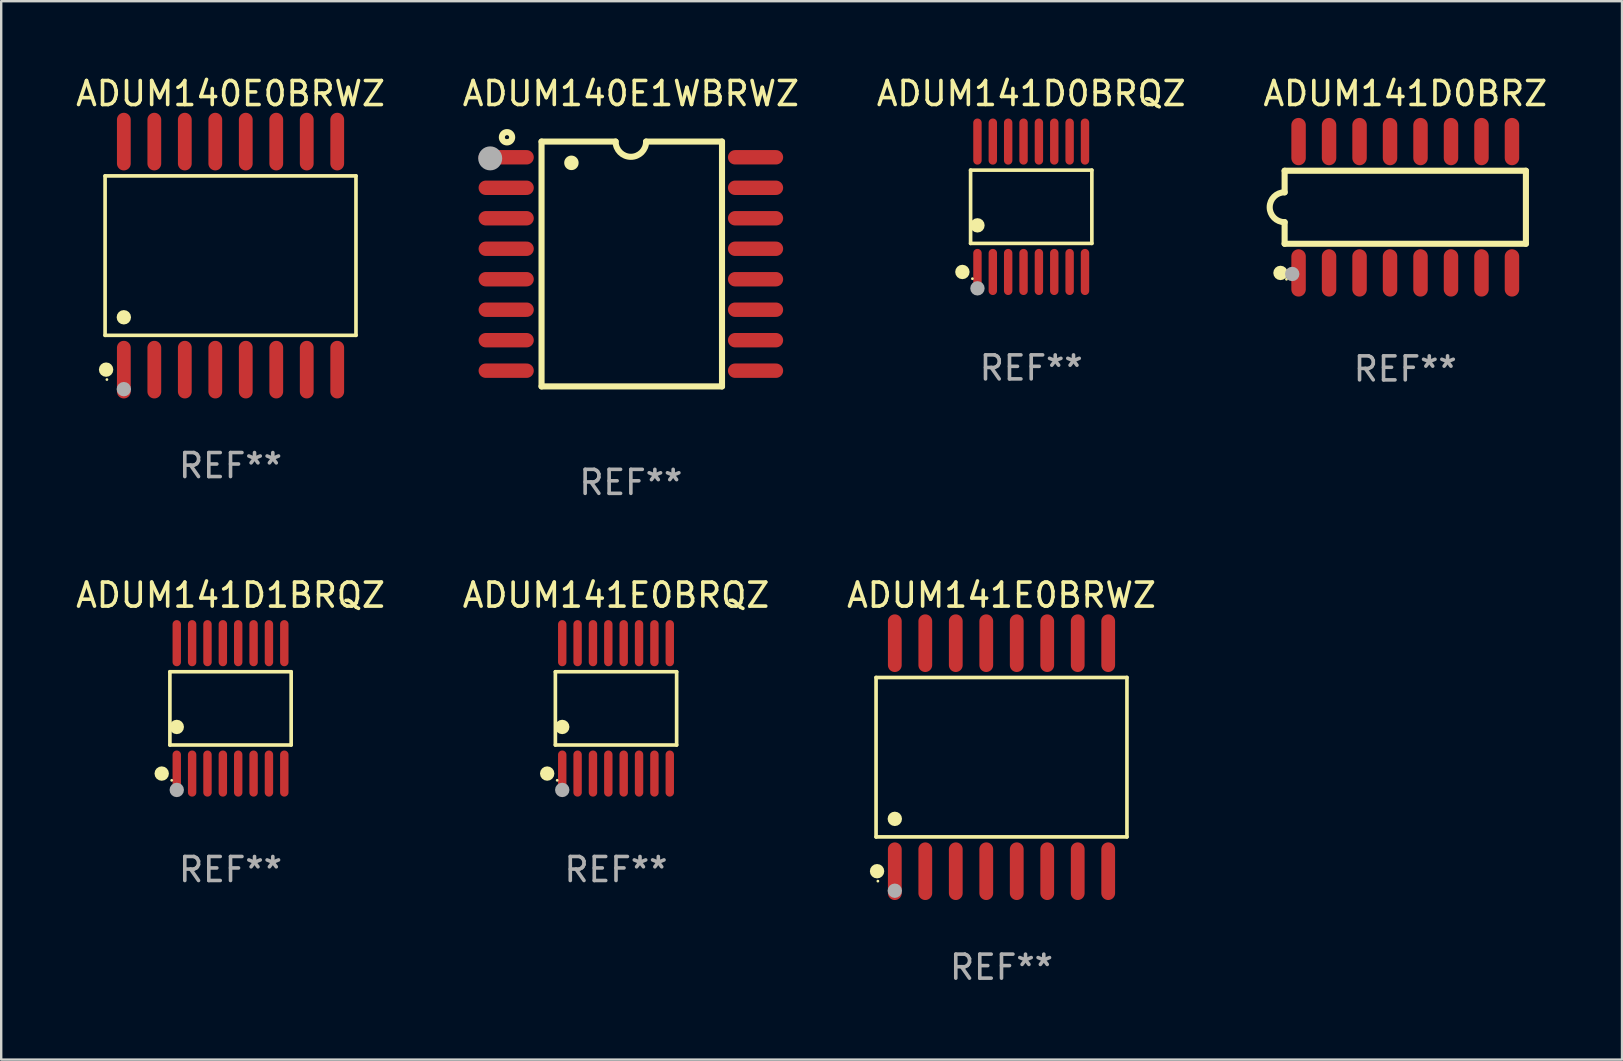
<source format=kicad_pcb>
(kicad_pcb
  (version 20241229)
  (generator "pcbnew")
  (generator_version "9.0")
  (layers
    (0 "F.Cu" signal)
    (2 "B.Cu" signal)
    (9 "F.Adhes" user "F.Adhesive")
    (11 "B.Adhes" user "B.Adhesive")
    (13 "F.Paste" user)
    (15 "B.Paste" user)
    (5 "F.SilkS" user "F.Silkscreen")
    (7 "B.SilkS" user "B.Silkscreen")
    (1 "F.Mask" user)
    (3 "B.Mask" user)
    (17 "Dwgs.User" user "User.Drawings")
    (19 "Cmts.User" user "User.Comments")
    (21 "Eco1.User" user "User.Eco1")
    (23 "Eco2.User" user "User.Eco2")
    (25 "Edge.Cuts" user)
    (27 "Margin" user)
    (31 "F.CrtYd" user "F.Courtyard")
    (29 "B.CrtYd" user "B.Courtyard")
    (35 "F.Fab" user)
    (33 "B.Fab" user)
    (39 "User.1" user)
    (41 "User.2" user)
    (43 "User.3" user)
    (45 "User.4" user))
  (footprint "ADUM141E0BRQZ"
    (layer "F.Cu")
    (at 22.613 26.461)
    (property "Reference" "ADUM141E0BRQZ" (at 0 -4.716 0) (layer "F.SilkS") (effects (font (size 1 1) (thickness 0.15))))
    (attr through_hole)
    (fp_line (start -2.526 -1.526) (end 2.526 -1.526) (stroke (width 0.152) (type solid)) (layer "F.SilkS"))
    (fp_line (start -2.526 1.526) (end -2.526 -1.526) (stroke (width 0.152) (type solid)) (layer "F.SilkS"))
    (fp_line (start 2.526 -1.526) (end 2.526 1.526) (stroke (width 0.152) (type solid)) (layer "F.SilkS"))
    (fp_line (start 2.526 1.526) (end -2.526 1.526) (stroke (width 0.152) (type solid)) (layer "F.SilkS"))
    (fp_circle (center -2.867 2.716) (end -2.717 2.716) (stroke (width 0.3) (type solid)) (fill no) (layer "F.SilkS"))
    (fp_circle (center -2.45 2.997) (end -2.42 2.997) (stroke (width 0.06) (type solid)) (fill no) (layer "F.SilkS"))
    (fp_circle (center -2.24 0.774) (end -2.09 0.774) (stroke (width 0.3) (type solid)) (fill no) (layer "F.SilkS"))
    (fp_circle (center -2.24 3.398) (end -2.09 3.398) (stroke (width 0.3) (type solid)) (fill no) (layer "F.Fab"))
    (fp_text user "REF**" (at 0 6.716 0) (layer "F.Fab") (effects (font (size 1 1) (thickness 0.15))))
    (pad "1" smd oval (at -2.24 2.716) (size 0.35 1.922) (layers "F.Cu" "F.Mask" "F.Paste"))
    (pad "2" smd oval (at -1.6 2.716) (size 0.35 1.922) (layers "F.Cu" "F.Mask" "F.Paste"))
    (pad "3" smd oval (at -0.96 2.716) (size 0.35 1.922) (layers "F.Cu" "F.Mask" "F.Paste"))
    (pad "4" smd oval (at -0.32 2.716) (size 0.35 1.922) (layers "F.Cu" "F.Mask" "F.Paste"))
    (pad "5" smd oval (at 0.32 2.716) (size 0.35 1.922) (layers "F.Cu" "F.Mask" "F.Paste"))
    (pad "6" smd oval (at 0.96 2.716) (size 0.35 1.922) (layers "F.Cu" "F.Mask" "F.Paste"))
    (pad "7" smd oval (at 1.6 2.716) (size 0.35 1.922) (layers "F.Cu" "F.Mask" "F.Paste"))
    (pad "8" smd oval (at 2.24 2.716) (size 0.35 1.922) (layers "F.Cu" "F.Mask" "F.Paste"))
    (pad "9" smd oval (at 2.24 -2.716) (size 0.35 1.922) (layers "F.Cu" "F.Mask" "F.Paste"))
    (pad "10" smd oval (at 1.6 -2.716) (size 0.35 1.922) (layers "F.Cu" "F.Mask" "F.Paste"))
    (pad "11" smd oval (at 0.96 -2.716) (size 0.35 1.922) (layers "F.Cu" "F.Mask" "F.Paste"))
    (pad "12" smd oval (at 0.32 -2.716) (size 0.35 1.922) (layers "F.Cu" "F.Mask" "F.Paste"))
    (pad "13" smd oval (at -0.32 -2.716) (size 0.35 1.922) (layers "F.Cu" "F.Mask" "F.Paste"))
    (pad "14" smd oval (at -0.96 -2.716) (size 0.35 1.922) (layers "F.Cu" "F.Mask" "F.Paste"))
    (pad "15" smd oval (at -1.6 -2.716) (size 0.35 1.922) (layers "F.Cu" "F.Mask" "F.Paste"))
    (pad "16" smd oval (at -2.24 -2.716) (size 0.35 1.922) (layers "F.Cu" "F.Mask" "F.Paste")))
  (footprint "ADUM141D1BRQZ"
    (layer "F.Cu")
    (at 6.554 26.461)
    (property "Reference" "ADUM141D1BRQZ" (at 0 -4.716 0) (layer "F.SilkS") (effects (font (size 1 1) (thickness 0.15))))
    (attr through_hole)
    (fp_line (start -2.526 -1.526) (end 2.526 -1.526) (stroke (width 0.152) (type solid)) (layer "F.SilkS"))
    (fp_line (start -2.526 1.526) (end -2.526 -1.526) (stroke (width 0.152) (type solid)) (layer "F.SilkS"))
    (fp_line (start 2.526 -1.526) (end 2.526 1.526) (stroke (width 0.152) (type solid)) (layer "F.SilkS"))
    (fp_line (start 2.526 1.526) (end -2.526 1.526) (stroke (width 0.152) (type solid)) (layer "F.SilkS"))
    (fp_circle (center -2.867 2.716) (end -2.717 2.716) (stroke (width 0.3) (type solid)) (fill no) (layer "F.SilkS"))
    (fp_circle (center -2.45 2.997) (end -2.42 2.997) (stroke (width 0.06) (type solid)) (fill no) (layer "F.SilkS"))
    (fp_circle (center -2.24 0.774) (end -2.09 0.774) (stroke (width 0.3) (type solid)) (fill no) (layer "F.SilkS"))
    (fp_circle (center -2.24 3.398) (end -2.09 3.398) (stroke (width 0.3) (type solid)) (fill no) (layer "F.Fab"))
    (fp_text user "REF**" (at 0 6.716 0) (layer "F.Fab") (effects (font (size 1 1) (thickness 0.15))))
    (pad "1" smd oval (at -2.24 2.716) (size 0.35 1.922) (layers "F.Cu" "F.Mask" "F.Paste"))
    (pad "2" smd oval (at -1.6 2.716) (size 0.35 1.922) (layers "F.Cu" "F.Mask" "F.Paste"))
    (pad "3" smd oval (at -0.96 2.716) (size 0.35 1.922) (layers "F.Cu" "F.Mask" "F.Paste"))
    (pad "4" smd oval (at -0.32 2.716) (size 0.35 1.922) (layers "F.Cu" "F.Mask" "F.Paste"))
    (pad "5" smd oval (at 0.32 2.716) (size 0.35 1.922) (layers "F.Cu" "F.Mask" "F.Paste"))
    (pad "6" smd oval (at 0.96 2.716) (size 0.35 1.922) (layers "F.Cu" "F.Mask" "F.Paste"))
    (pad "7" smd oval (at 1.6 2.716) (size 0.35 1.922) (layers "F.Cu" "F.Mask" "F.Paste"))
    (pad "8" smd oval (at 2.24 2.716) (size 0.35 1.922) (layers "F.Cu" "F.Mask" "F.Paste"))
    (pad "9" smd oval (at 2.24 -2.716) (size 0.35 1.922) (layers "F.Cu" "F.Mask" "F.Paste"))
    (pad "10" smd oval (at 1.6 -2.716) (size 0.35 1.922) (layers "F.Cu" "F.Mask" "F.Paste"))
    (pad "11" smd oval (at 0.96 -2.716) (size 0.35 1.922) (layers "F.Cu" "F.Mask" "F.Paste"))
    (pad "12" smd oval (at 0.32 -2.716) (size 0.35 1.922) (layers "F.Cu" "F.Mask" "F.Paste"))
    (pad "13" smd oval (at -0.32 -2.716) (size 0.35 1.922) (layers "F.Cu" "F.Mask" "F.Paste"))
    (pad "14" smd oval (at -0.96 -2.716) (size 0.35 1.922) (layers "F.Cu" "F.Mask" "F.Paste"))
    (pad "15" smd oval (at -1.6 -2.716) (size 0.35 1.922) (layers "F.Cu" "F.Mask" "F.Paste"))
    (pad "16" smd oval (at -2.24 -2.716) (size 0.35 1.922) (layers "F.Cu" "F.Mask" "F.Paste")))
  (footprint "ADUM141D0BRZ"
    (layer "F.Cu")
    (at 55.494 5.584)
    (property "Reference" "ADUM141D0BRZ" (at 0 -4.736 0) (layer "F.SilkS") (effects (font (size 1 1) (thickness 0.15))))
    (attr through_hole)
    (fp_line (start -5.026 -1.521) (end -5.026 -0.621) (stroke (width 0.254) (type solid)) (layer "F.SilkS"))
    (fp_line (start -5.026 -1.521) (end 5.026 -1.521) (stroke (width 0.254) (type solid)) (layer "F.SilkS"))
    (fp_line (start -5.026 1.521) (end -5.026 0.621) (stroke (width 0.254) (type solid)) (layer "F.SilkS"))
    (fp_line (start 5.026 -1.521) (end 5.026 1.521) (stroke (width 0.254) (type solid)) (layer "F.SilkS"))
    (fp_line (start 5.026 1.521) (end -5.026 1.521) (stroke (width 0.254) (type solid)) (layer "F.SilkS"))
    (fp_arc (start -5.026187 0.621387) (mid -5.647752 -0.000787) (end -5.025781 -0.622555) (stroke (width 0.254001) (type solid)) (layer "F.SilkS"))
    (fp_circle (center -5.198 2.736) (end -5.048 2.736) (stroke (width 0.3) (type solid)) (fill no) (layer "F.SilkS"))
    (fp_circle (center -4.95 3) (end -4.92 3) (stroke (width 0.06) (type solid)) (fill no) (layer "F.SilkS"))
    (fp_circle (center -4.71 2.78) (end -4.56 2.78) (stroke (width 0.3) (type solid)) (fill no) (layer "F.Fab"))
    (fp_text user "REF**" (at 0 6.736 0) (layer "F.Fab") (effects (font (size 1 1) (thickness 0.15))))
    (pad "1" smd oval (at -4.445 2.736) (size 0.602 1.971) (layers "F.Cu" "F.Mask" "F.Paste"))
    (pad "2" smd oval (at -3.175 2.736) (size 0.602 1.971) (layers "F.Cu" "F.Mask" "F.Paste"))
    (pad "3" smd oval (at -1.905 2.736) (size 0.602 1.971) (layers "F.Cu" "F.Mask" "F.Paste"))
    (pad "4" smd oval (at -0.635 2.736) (size 0.602 1.971) (layers "F.Cu" "F.Mask" "F.Paste"))
    (pad "5" smd oval (at 0.635 2.736) (size 0.602 1.971) (layers "F.Cu" "F.Mask" "F.Paste"))
    (pad "6" smd oval (at 1.905 2.736) (size 0.602 1.971) (layers "F.Cu" "F.Mask" "F.Paste"))
    (pad "7" smd oval (at 3.175 2.736) (size 0.602 1.971) (layers "F.Cu" "F.Mask" "F.Paste"))
    (pad "8" smd oval (at 4.445 2.736) (size 0.602 1.971) (layers "F.Cu" "F.Mask" "F.Paste"))
    (pad "9" smd oval (at 4.445 -2.736) (size 0.602 1.971) (layers "F.Cu" "F.Mask" "F.Paste"))
    (pad "10" smd oval (at 3.175 -2.736) (size 0.602 1.971) (layers "F.Cu" "F.Mask" "F.Paste"))
    (pad "11" smd oval (at 1.905 -2.736) (size 0.602 1.971) (layers "F.Cu" "F.Mask" "F.Paste"))
    (pad "12" smd oval (at 0.635 -2.736) (size 0.602 1.971) (layers "F.Cu" "F.Mask" "F.Paste"))
    (pad "13" smd oval (at -0.635 -2.736) (size 0.602 1.971) (layers "F.Cu" "F.Mask" "F.Paste"))
    (pad "14" smd oval (at -1.905 -2.736) (size 0.602 1.971) (layers "F.Cu" "F.Mask" "F.Paste"))
    (pad "15" smd oval (at -3.175 -2.736) (size 0.602 1.971) (layers "F.Cu" "F.Mask" "F.Paste"))
    (pad "16" smd oval (at -4.445 -2.736) (size 0.602 1.971) (layers "F.Cu" "F.Mask" "F.Paste")))
  (footprint "ADUM140E1WBRWZ"
    (layer "F.Cu")
    (at 23.232 7.948)
    (property "Reference" "ADUM140E1WBRWZ" (at 0 -7.1 0) (layer "F.SilkS") (effects (font (size 1 1) (thickness 0.15))))
    (attr through_hole)
    (fp_line (start -3.721 -5.1) (end -3.721 5.1) (stroke (width 0.254) (type solid)) (layer "F.SilkS"))
    (fp_line (start -3.721 -5.1) (end -0.635 -5.1) (stroke (width 0.254) (type solid)) (layer "F.SilkS"))
    (fp_line (start -3.721 5.1) (end 3.797 5.1) (stroke (width 0.254) (type solid)) (layer "F.SilkS"))
    (fp_line (start 3.797 -5.1) (end 0.635 -5.1) (stroke (width 0.254) (type solid)) (layer "F.SilkS"))
    (fp_line (start 3.797 5.1) (end 3.797 -5.1) (stroke (width 0.254) (type solid)) (layer "F.SilkS"))
    (fp_arc (start -2.476556 -4.211328) (mid -2.476567 -4.213868) (end -2.476556 -4.216408) (stroke (width 0.6) (type solid)) (layer "F.SilkS"))
    (fp_arc (start 0.63495 -5.100076) (mid -0.000178 -4.465329) (end -0.635052 -5.10033) (stroke (width 0.254001) (type solid)) (layer "F.SilkS"))
    (fp_circle (center -5.16 -5.28) (end -4.945 -5.28) (stroke (width 0.254) (type solid)) (fill no) (layer "F.SilkS"))
    (fp_circle (center -5.15 -5.15) (end -5.12 -5.15) (stroke (width 0.06) (type solid)) (fill no) (layer "F.SilkS"))
    (fp_circle (center -5.86 -4.4) (end -5.61 -4.4) (stroke (width 0.5) (type solid)) (fill no) (layer "F.Fab"))
    (fp_text user "REF**" (at 0 9.1 0) (layer "F.Fab") (effects (font (size 1 1) (thickness 0.15))))
    (pad "1" smd oval (at -5.194 -4.445) (size 2.3 0.6) (layers "F.Cu" "F.Mask" "F.Paste"))
    (pad "2" smd oval (at -5.194 -3.175) (size 2.3 0.6) (layers "F.Cu" "F.Mask" "F.Paste"))
    (pad "3" smd oval (at -5.194 -1.905) (size 2.3 0.6) (layers "F.Cu" "F.Mask" "F.Paste"))
    (pad "4" smd oval (at -5.194 -0.635) (size 2.3 0.6) (layers "F.Cu" "F.Mask" "F.Paste"))
    (pad "5" smd oval (at -5.194 0.635) (size 2.3 0.6) (layers "F.Cu" "F.Mask" "F.Paste"))
    (pad "6" smd oval (at -5.194 1.905) (size 2.3 0.6) (layers "F.Cu" "F.Mask" "F.Paste"))
    (pad "7" smd oval (at -5.194 3.175) (size 2.3 0.6) (layers "F.Cu" "F.Mask" "F.Paste"))
    (pad "8" smd oval (at -5.194 4.445) (size 2.3 0.6) (layers "F.Cu" "F.Mask" "F.Paste"))
    (pad "9" smd oval (at 5.194 4.445) (size 2.3 0.6) (layers "F.Cu" "F.Mask" "F.Paste"))
    (pad "10" smd oval (at 5.194 3.175) (size 2.3 0.6) (layers "F.Cu" "F.Mask" "F.Paste"))
    (pad "11" smd oval (at 5.194 1.905) (size 2.3 0.6) (layers "F.Cu" "F.Mask" "F.Paste"))
    (pad "12" smd oval (at 5.194 0.635) (size 2.3 0.6) (layers "F.Cu" "F.Mask" "F.Paste"))
    (pad "13" smd oval (at 5.194 -0.635) (size 2.3 0.6) (layers "F.Cu" "F.Mask" "F.Paste"))
    (pad "14" smd oval (at 5.194 -1.905) (size 2.3 0.6) (layers "F.Cu" "F.Mask" "F.Paste"))
    (pad "15" smd oval (at 5.194 -3.175) (size 2.3 0.6) (layers "F.Cu" "F.Mask" "F.Paste"))
    (pad "16" smd oval (at 5.194 -4.445) (size 2.3 0.6) (layers "F.Cu" "F.Mask" "F.Paste")))
  (footprint "ADUM140E0BRWZ"
    (layer "F.Cu")
    (at 6.554 7.599)
    (property "Reference" "ADUM140E0BRWZ" (at 0 -6.75 0) (layer "F.SilkS") (effects (font (size 1 1) (thickness 0.15))))
    (attr through_hole)
    (fp_line (start -5.226 -3.321) (end 5.226 -3.321) (stroke (width 0.152) (type solid)) (layer "F.SilkS"))
    (fp_line (start -5.226 3.321) (end -5.226 -3.321) (stroke (width 0.152) (type solid)) (layer "F.SilkS"))
    (fp_line (start 5.226 -3.321) (end 5.226 3.321) (stroke (width 0.152) (type solid)) (layer "F.SilkS"))
    (fp_line (start 5.226 3.321) (end -5.226 3.321) (stroke (width 0.152) (type solid)) (layer "F.SilkS"))
    (fp_circle (center -5.184 4.75) (end -5.034 4.75) (stroke (width 0.3) (type solid)) (fill no) (layer "F.SilkS"))
    (fp_circle (center -5.15 5.163) (end -5.12 5.163) (stroke (width 0.06) (type solid)) (fill no) (layer "F.SilkS"))
    (fp_circle (center -4.445 2.569) (end -4.295 2.569) (stroke (width 0.3) (type solid)) (fill no) (layer "F.SilkS"))
    (fp_circle (center -4.445 5.563) (end -4.295 5.563) (stroke (width 0.3) (type solid)) (fill no) (layer "F.Fab"))
    (fp_text user "REF**" (at 0 8.75 0) (layer "F.Fab") (effects (font (size 1 1) (thickness 0.15))))
    (pad "1" smd oval (at -4.445 4.75) (size 0.574 2.401) (layers "F.Cu" "F.Mask" "F.Paste"))
    (pad "2" smd oval (at -3.175 4.75) (size 0.574 2.401) (layers "F.Cu" "F.Mask" "F.Paste"))
    (pad "3" smd oval (at -1.905 4.75) (size 0.574 2.401) (layers "F.Cu" "F.Mask" "F.Paste"))
    (pad "4" smd oval (at -0.635 4.75) (size 0.574 2.401) (layers "F.Cu" "F.Mask" "F.Paste"))
    (pad "5" smd oval (at 0.635 4.75) (size 0.574 2.401) (layers "F.Cu" "F.Mask" "F.Paste"))
    (pad "6" smd oval (at 1.905 4.75) (size 0.574 2.401) (layers "F.Cu" "F.Mask" "F.Paste"))
    (pad "7" smd oval (at 3.175 4.75) (size 0.574 2.401) (layers "F.Cu" "F.Mask" "F.Paste"))
    (pad "8" smd oval (at 4.445 4.75) (size 0.574 2.401) (layers "F.Cu" "F.Mask" "F.Paste"))
    (pad "9" smd oval (at 4.445 -4.75) (size 0.574 2.401) (layers "F.Cu" "F.Mask" "F.Paste"))
    (pad "10" smd oval (at 3.175 -4.75) (size 0.574 2.401) (layers "F.Cu" "F.Mask" "F.Paste"))
    (pad "11" smd oval (at 1.905 -4.75) (size 0.574 2.401) (layers "F.Cu" "F.Mask" "F.Paste"))
    (pad "12" smd oval (at 0.635 -4.75) (size 0.574 2.401) (layers "F.Cu" "F.Mask" "F.Paste"))
    (pad "13" smd oval (at -0.635 -4.75) (size 0.574 2.401) (layers "F.Cu" "F.Mask" "F.Paste"))
    (pad "14" smd oval (at -1.905 -4.75) (size 0.574 2.401) (layers "F.Cu" "F.Mask" "F.Paste"))
    (pad "15" smd oval (at -3.175 -4.75) (size 0.574 2.401) (layers "F.Cu" "F.Mask" "F.Paste"))
    (pad "16" smd oval (at -4.445 -4.75) (size 0.574 2.401) (layers "F.Cu" "F.Mask" "F.Paste")))
  (footprint "ADUM141D0BRQZ"
    (layer "F.Cu")
    (at 39.911 5.564)
    (property "Reference" "ADUM141D0BRQZ" (at 0 -4.716 0) (layer "F.SilkS") (effects (font (size 1 1) (thickness 0.15))))
    (attr through_hole)
    (fp_line (start -2.526 -1.526) (end 2.526 -1.526) (stroke (width 0.152) (type solid)) (layer "F.SilkS"))
    (fp_line (start -2.526 1.526) (end -2.526 -1.526) (stroke (width 0.152) (type solid)) (layer "F.SilkS"))
    (fp_line (start 2.526 -1.526) (end 2.526 1.526) (stroke (width 0.152) (type solid)) (layer "F.SilkS"))
    (fp_line (start 2.526 1.526) (end -2.526 1.526) (stroke (width 0.152) (type solid)) (layer "F.SilkS"))
    (fp_circle (center -2.867 2.716) (end -2.717 2.716) (stroke (width 0.3) (type solid)) (fill no) (layer "F.SilkS"))
    (fp_circle (center -2.45 2.997) (end -2.42 2.997) (stroke (width 0.06) (type solid)) (fill no) (layer "F.SilkS"))
    (fp_circle (center -2.24 0.774) (end -2.09 0.774) (stroke (width 0.3) (type solid)) (fill no) (layer "F.SilkS"))
    (fp_circle (center -2.24 3.398) (end -2.09 3.398) (stroke (width 0.3) (type solid)) (fill no) (layer "F.Fab"))
    (fp_text user "REF**" (at 0 6.716 0) (layer "F.Fab") (effects (font (size 1 1) (thickness 0.15))))
    (pad "1" smd oval (at -2.24 2.716) (size 0.35 1.922) (layers "F.Cu" "F.Mask" "F.Paste"))
    (pad "2" smd oval (at -1.6 2.716) (size 0.35 1.922) (layers "F.Cu" "F.Mask" "F.Paste"))
    (pad "3" smd oval (at -0.96 2.716) (size 0.35 1.922) (layers "F.Cu" "F.Mask" "F.Paste"))
    (pad "4" smd oval (at -0.32 2.716) (size 0.35 1.922) (layers "F.Cu" "F.Mask" "F.Paste"))
    (pad "5" smd oval (at 0.32 2.716) (size 0.35 1.922) (layers "F.Cu" "F.Mask" "F.Paste"))
    (pad "6" smd oval (at 0.96 2.716) (size 0.35 1.922) (layers "F.Cu" "F.Mask" "F.Paste"))
    (pad "7" smd oval (at 1.6 2.716) (size 0.35 1.922) (layers "F.Cu" "F.Mask" "F.Paste"))
    (pad "8" smd oval (at 2.24 2.716) (size 0.35 1.922) (layers "F.Cu" "F.Mask" "F.Paste"))
    (pad "9" smd oval (at 2.24 -2.716) (size 0.35 1.922) (layers "F.Cu" "F.Mask" "F.Paste"))
    (pad "10" smd oval (at 1.6 -2.716) (size 0.35 1.922) (layers "F.Cu" "F.Mask" "F.Paste"))
    (pad "11" smd oval (at 0.96 -2.716) (size 0.35 1.922) (layers "F.Cu" "F.Mask" "F.Paste"))
    (pad "12" smd oval (at 0.32 -2.716) (size 0.35 1.922) (layers "F.Cu" "F.Mask" "F.Paste"))
    (pad "13" smd oval (at -0.32 -2.716) (size 0.35 1.922) (layers "F.Cu" "F.Mask" "F.Paste"))
    (pad "14" smd oval (at -0.96 -2.716) (size 0.35 1.922) (layers "F.Cu" "F.Mask" "F.Paste"))
    (pad "15" smd oval (at -1.6 -2.716) (size 0.35 1.922) (layers "F.Cu" "F.Mask" "F.Paste"))
    (pad "16" smd oval (at -2.24 -2.716) (size 0.35 1.922) (layers "F.Cu" "F.Mask" "F.Paste")))
  (footprint "ADUM141E0BRWZ"
    (layer "F.Cu")
    (at 38.673 28.495)
    (property "Reference" "ADUM141E0BRWZ" (at 0 -6.75 0) (layer "F.SilkS") (effects (font (size 1 1) (thickness 0.15))))
    (attr through_hole)
    (fp_line (start -5.226 -3.321) (end 5.226 -3.321) (stroke (width 0.152) (type solid)) (layer "F.SilkS"))
    (fp_line (start -5.226 3.321) (end -5.226 -3.321) (stroke (width 0.152) (type solid)) (layer "F.SilkS"))
    (fp_line (start 5.226 -3.321) (end 5.226 3.321) (stroke (width 0.152) (type solid)) (layer "F.SilkS"))
    (fp_line (start 5.226 3.321) (end -5.226 3.321) (stroke (width 0.152) (type solid)) (layer "F.SilkS"))
    (fp_circle (center -5.184 4.75) (end -5.034 4.75) (stroke (width 0.3) (type solid)) (fill no) (layer "F.SilkS"))
    (fp_circle (center -5.15 5.163) (end -5.12 5.163) (stroke (width 0.06) (type solid)) (fill no) (layer "F.SilkS"))
    (fp_circle (center -4.445 2.569) (end -4.295 2.569) (stroke (width 0.3) (type solid)) (fill no) (layer "F.SilkS"))
    (fp_circle (center -4.445 5.563) (end -4.295 5.563) (stroke (width 0.3) (type solid)) (fill no) (layer "F.Fab"))
    (fp_text user "REF**" (at 0 8.75 0) (layer "F.Fab") (effects (font (size 1 1) (thickness 0.15))))
    (pad "1" smd oval (at -4.445 4.75) (size 0.574 2.401) (layers "F.Cu" "F.Mask" "F.Paste"))
    (pad "2" smd oval (at -3.175 4.75) (size 0.574 2.401) (layers "F.Cu" "F.Mask" "F.Paste"))
    (pad "3" smd oval (at -1.905 4.75) (size 0.574 2.401) (layers "F.Cu" "F.Mask" "F.Paste"))
    (pad "4" smd oval (at -0.635 4.75) (size 0.574 2.401) (layers "F.Cu" "F.Mask" "F.Paste"))
    (pad "5" smd oval (at 0.635 4.75) (size 0.574 2.401) (layers "F.Cu" "F.Mask" "F.Paste"))
    (pad "6" smd oval (at 1.905 4.75) (size 0.574 2.401) (layers "F.Cu" "F.Mask" "F.Paste"))
    (pad "7" smd oval (at 3.175 4.75) (size 0.574 2.401) (layers "F.Cu" "F.Mask" "F.Paste"))
    (pad "8" smd oval (at 4.445 4.75) (size 0.574 2.401) (layers "F.Cu" "F.Mask" "F.Paste"))
    (pad "9" smd oval (at 4.445 -4.75) (size 0.574 2.401) (layers "F.Cu" "F.Mask" "F.Paste"))
    (pad "10" smd oval (at 3.175 -4.75) (size 0.574 2.401) (layers "F.Cu" "F.Mask" "F.Paste"))
    (pad "11" smd oval (at 1.905 -4.75) (size 0.574 2.401) (layers "F.Cu" "F.Mask" "F.Paste"))
    (pad "12" smd oval (at 0.635 -4.75) (size 0.574 2.401) (layers "F.Cu" "F.Mask" "F.Paste"))
    (pad "13" smd oval (at -0.635 -4.75) (size 0.574 2.401) (layers "F.Cu" "F.Mask" "F.Paste"))
    (pad "14" smd oval (at -1.905 -4.75) (size 0.574 2.401) (layers "F.Cu" "F.Mask" "F.Paste"))
    (pad "15" smd oval (at -3.175 -4.75) (size 0.574 2.401) (layers "F.Cu" "F.Mask" "F.Paste"))
    (pad "16" smd oval (at -4.445 -4.75) (size 0.574 2.401) (layers "F.Cu" "F.Mask" "F.Paste")))
  (gr_rect
    (start -3 -3)
    (end 64.524 41.094)
    (stroke (width 0.1) (type default))
    (fill no)
    (layer "Edge.Cuts")))
</source>
